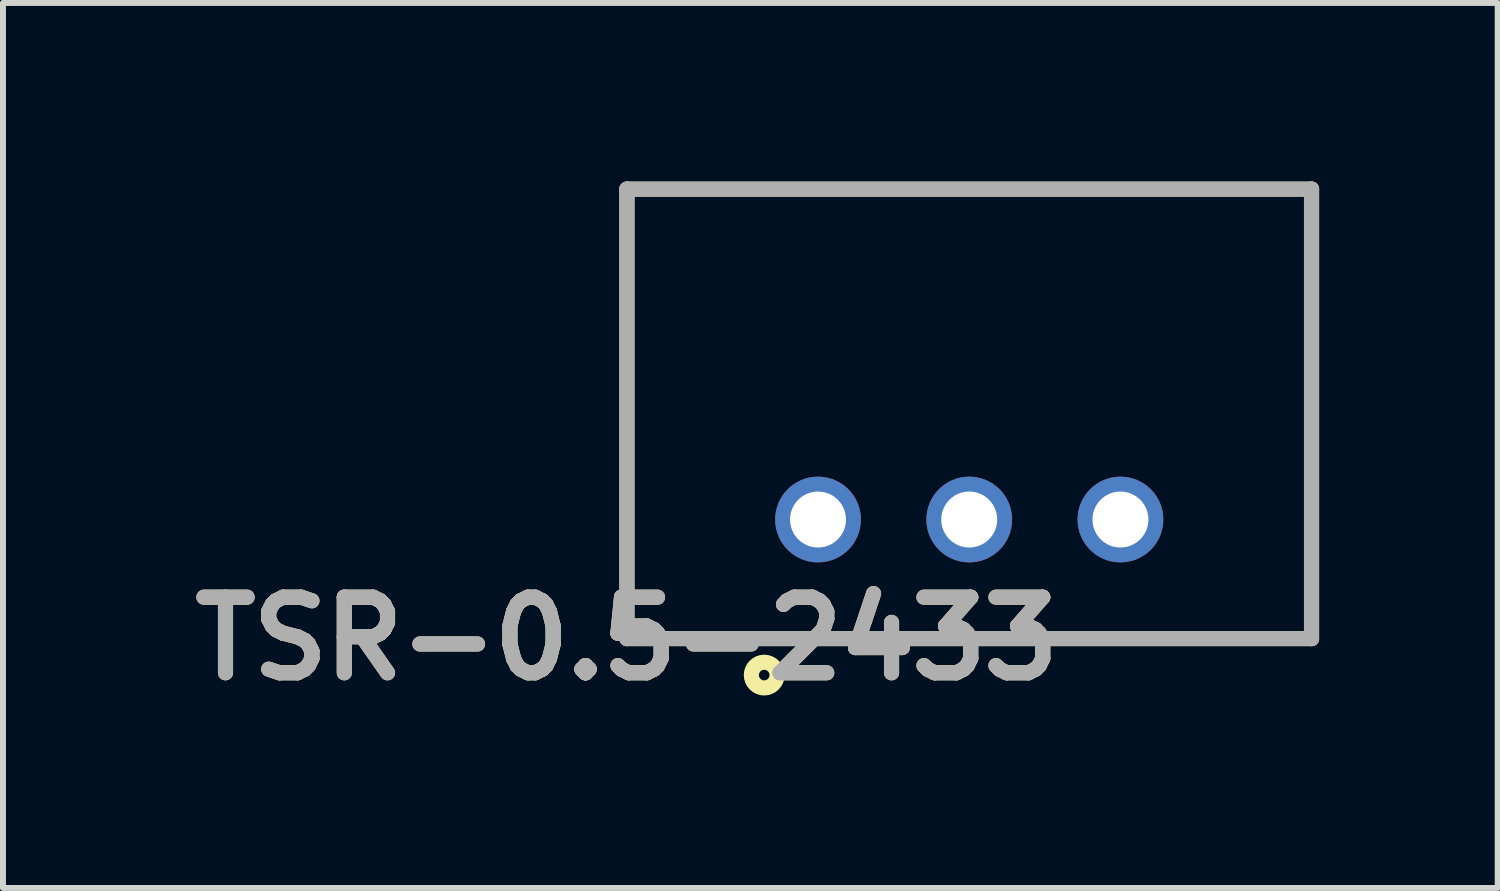
<source format=kicad_pcb>
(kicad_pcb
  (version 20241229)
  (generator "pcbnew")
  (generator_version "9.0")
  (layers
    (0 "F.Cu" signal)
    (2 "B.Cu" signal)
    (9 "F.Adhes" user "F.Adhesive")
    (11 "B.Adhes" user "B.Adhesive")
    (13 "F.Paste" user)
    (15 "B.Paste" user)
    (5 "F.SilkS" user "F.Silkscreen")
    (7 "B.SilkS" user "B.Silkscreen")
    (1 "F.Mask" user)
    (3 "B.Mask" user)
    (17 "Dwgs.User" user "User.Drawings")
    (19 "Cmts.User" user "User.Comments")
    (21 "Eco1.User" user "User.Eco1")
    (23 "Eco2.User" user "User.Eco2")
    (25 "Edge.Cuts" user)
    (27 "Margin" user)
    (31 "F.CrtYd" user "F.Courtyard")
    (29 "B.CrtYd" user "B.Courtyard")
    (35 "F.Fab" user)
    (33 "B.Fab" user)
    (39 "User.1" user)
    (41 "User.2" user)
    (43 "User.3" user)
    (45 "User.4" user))
  (footprint "TSR-0.5-2433"
    (layer "F.Cu")
    (at 7.481 7.677)
    (property "Reference" "TSR-0.5-2433" (at 0 0 0) (layer "F.SilkS") (effects (font (size 1.27 1.27) (thickness 0.254))))
    (attr through_hole)
    (fp_line (start 0 -7.55) (end 0 0) (stroke (width 0.254) (type solid)) (layer "F.SilkS"))
    (fp_line (start 0 0) (end 11.5 0) (stroke (width 0.254) (type solid)) (layer "F.SilkS"))
    (fp_line (start 11.5 -7.55) (end 0 -7.55) (stroke (width 0.254) (type solid)) (layer "F.SilkS"))
    (fp_line (start 11.5 0) (end 11.5 -7.55) (stroke (width 0.254) (type solid)) (layer "F.SilkS"))
    (fp_circle (center 2.306 0.613) (end 2.306 0.702) (stroke (width 0.254) (type solid)) (fill no) (layer "F.SilkS"))
    (fp_line (start 0 -7.55) (end 11.5 -7.55) (stroke (width 0.254) (type solid)) (layer "F.Fab"))
    (fp_line (start 0 0) (end 0 -7.55) (stroke (width 0.254) (type solid)) (layer "F.Fab"))
    (fp_line (start 11.5 -7.55) (end 11.5 0) (stroke (width 0.254) (type solid)) (layer "F.Fab"))
    (fp_line (start 11.5 0) (end 0 0) (stroke (width 0.254) (type solid)) (layer "F.Fab"))
    (fp_text user "${REFERENCE}" (at 0 0 0) (layer "F.Fab") (effects (font (size 1.27 1.27) (thickness 0.254))))
    (pad "1" thru_hole circle (at 3.21 -2) (size 1.44 1.44) (drill 0.94) (layers "*.Cu" "*.Mask"))
    (pad "2" thru_hole circle (at 5.75 -2) (size 1.44 1.44) (drill 0.94) (layers "*.Cu" "*.Mask"))
    (pad "3" thru_hole circle (at 8.29 -2) (size 1.44 1.44) (drill 0.94) (layers "*.Cu" "*.Mask")))
  (gr_rect
    (start -3 -3)
    (end 22.108 11.866)
    (stroke (width 0.1) (type default))
    (fill no)
    (layer "Edge.Cuts")))
</source>
